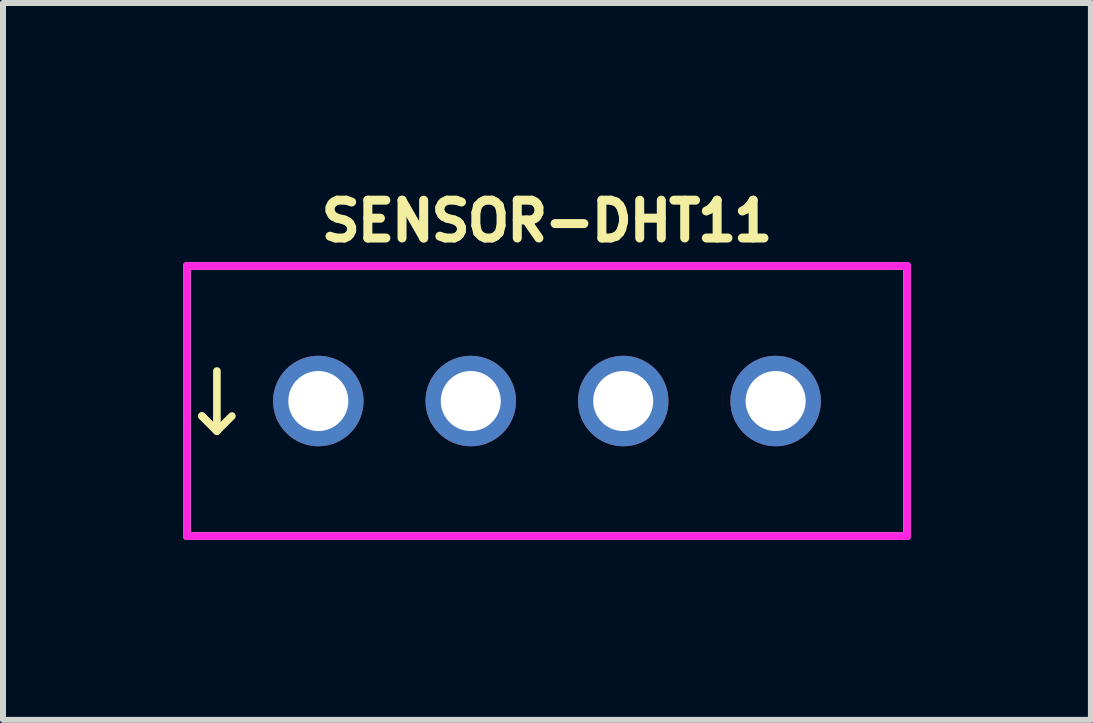
<source format=kicad_pcb>
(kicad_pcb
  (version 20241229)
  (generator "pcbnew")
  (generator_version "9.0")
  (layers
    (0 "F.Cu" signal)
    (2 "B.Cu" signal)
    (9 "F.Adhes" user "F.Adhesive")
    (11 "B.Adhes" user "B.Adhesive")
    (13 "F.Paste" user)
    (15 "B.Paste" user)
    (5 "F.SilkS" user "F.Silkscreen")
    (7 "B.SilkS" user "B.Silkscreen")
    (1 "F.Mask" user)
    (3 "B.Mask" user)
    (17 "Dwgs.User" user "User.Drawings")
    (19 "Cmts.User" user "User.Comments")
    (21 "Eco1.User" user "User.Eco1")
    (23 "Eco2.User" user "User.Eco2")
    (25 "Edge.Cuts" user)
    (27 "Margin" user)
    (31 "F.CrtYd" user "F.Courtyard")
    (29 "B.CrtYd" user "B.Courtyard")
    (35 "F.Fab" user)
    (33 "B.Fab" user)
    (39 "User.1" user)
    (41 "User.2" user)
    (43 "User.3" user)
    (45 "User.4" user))
  (footprint "SENSOR-DHT11"
    (layer "F.Cu")
    (at 6.064 3.632)
    (property "Reference" "SENSOR-DHT11" (at 0 -3 0) (layer "F.SilkS") (effects (font (size 0.63 0.63) (thickness 0.15))))
    (attr through_hole)
    (fp_line (start -6 -2.25) (end 6 -2.25) (stroke (width 0.127) (type solid)) (layer "F.SilkS"))
    (fp_line (start -6 2.25) (end -6 -2.25) (stroke (width 0.127) (type solid)) (layer "F.SilkS"))
    (fp_line (start -5.75 0.25) (end -5.5 0.5) (stroke (width 0.127) (type solid)) (layer "F.SilkS"))
    (fp_line (start -5.5 -0.5) (end -5.5 0.5) (stroke (width 0.127) (type solid)) (layer "F.SilkS"))
    (fp_line (start -5.5 0.5) (end -5.75 0.25) (stroke (width 0.127) (type solid)) (layer "F.SilkS"))
    (fp_line (start -5.5 0.5) (end -5.25 0.25) (stroke (width 0.127) (type solid)) (layer "F.SilkS"))
    (fp_line (start 6 -2.25) (end 6 2.25) (stroke (width 0.127) (type solid)) (layer "F.SilkS"))
    (fp_line (start 6 2.25) (end -6 2.25) (stroke (width 0.127) (type solid)) (layer "F.SilkS"))
    (fp_line (start -6 -2.25) (end 6 -2.25) (stroke (width 0.127) (type solid)) (layer "F.CrtYd"))
    (fp_line (start -6 2.25) (end -6 -2.25) (stroke (width 0.127) (type solid)) (layer "F.CrtYd"))
    (fp_line (start 6 -2.25) (end 6 2.25) (stroke (width 0.127) (type solid)) (layer "F.CrtYd"))
    (fp_line (start 6 2.25) (end -6 2.25) (stroke (width 0.127) (type solid)) (layer "F.CrtYd"))
    (fp_line (start -6 -2.25) (end 6 -2.25) (stroke (width 0.127) (type solid)) (layer "F.Fab"))
    (fp_line (start -6 2.25) (end -6 -2.25) (stroke (width 0.127) (type solid)) (layer "F.Fab"))
    (fp_line (start 6 -2.25) (end 6 2.25) (stroke (width 0.127) (type solid)) (layer "F.Fab"))
    (fp_line (start 6 2.25) (end -6 2.25) (stroke (width 0.127) (type solid)) (layer "F.Fab"))
    (pad "P$1" thru_hole circle (at -3.81 0) (size 1.508 1.508) (drill 1) (layers "*.Cu" "*.Mask"))
    (pad "P$2" thru_hole circle (at -1.27 0) (size 1.508 1.508) (drill 1) (layers "*.Cu" "*.Mask"))
    (pad "P$3" thru_hole circle (at 1.27 0) (size 1.508 1.508) (drill 1) (layers "*.Cu" "*.Mask"))
    (pad "P$4" thru_hole circle (at 3.81 0) (size 1.508 1.508) (drill 1) (layers "*.Cu" "*.Mask")))
  (gr_rect
    (start -3 -3)
    (end 15.127 8.945)
    (stroke (width 0.1) (type default))
    (fill no)
    (layer "Edge.Cuts")))
</source>
